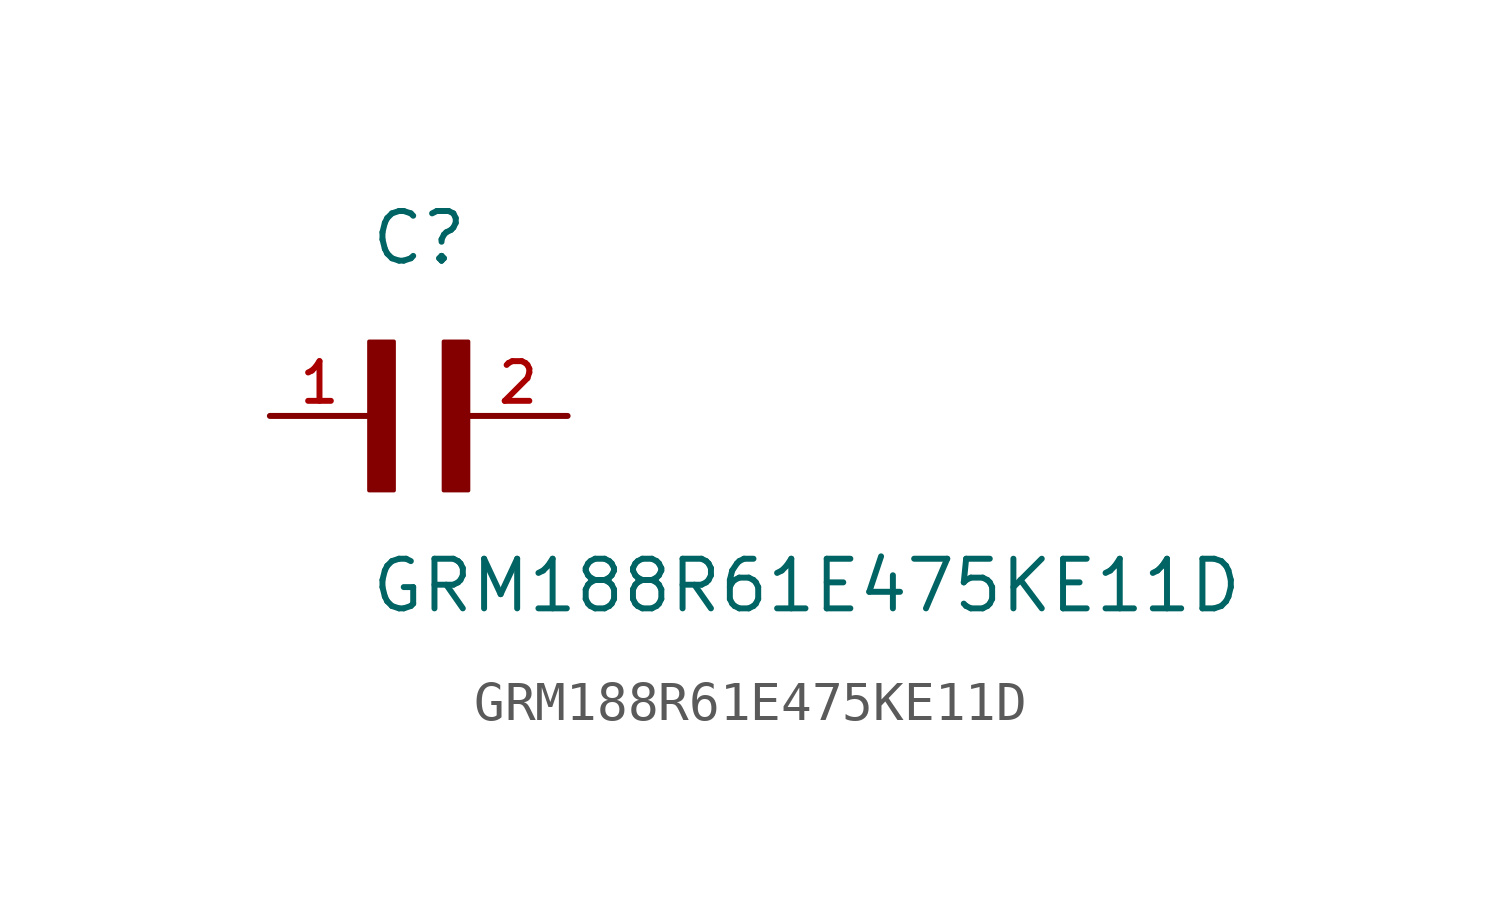
<source format=kicad_sym>
(kicad_symbol_lib
  (version 20211014)
  (generator kicad_symbol_editor)
  (symbol "GRM188R61E475KE11D"
    (pin_names
      (offset 1.016))
    (property "Reference" "C"
      (at 0.0 3.811 0)
      (effects (font (size 1.27 1.27)) (justify bottom left)))
    (property "Value" "GRM188R61E475KE11D"
      (at 0.0 -5.088 0)
      (effects (font (size 1.27 1.27)) (justify bottom left)))
    (symbol "GRM188R61E475KE11D_0_0"
      (rectangle (start 0.0 -1.907) (end 0.635 1.905) (stroke (width 0.1)) (fill (type outline)))
      (rectangle (start 1.907 -1.907) (end 2.54 1.905) (stroke (width 0.1)) (fill (type outline)))
      (pin passive line (at 5.08 0.0 180.0) (length 2.54) (name "~" (effects (font (size 1.016 1.016)))) (number "2" (effects (font (size 1.016 1.016)))))
      (pin passive line (at -2.54 0.0 0) (length 2.54) (name "~" (effects (font (size 1.016 1.016)))) (number "1" (effects (font (size 1.016 1.016))))))))
</source>
